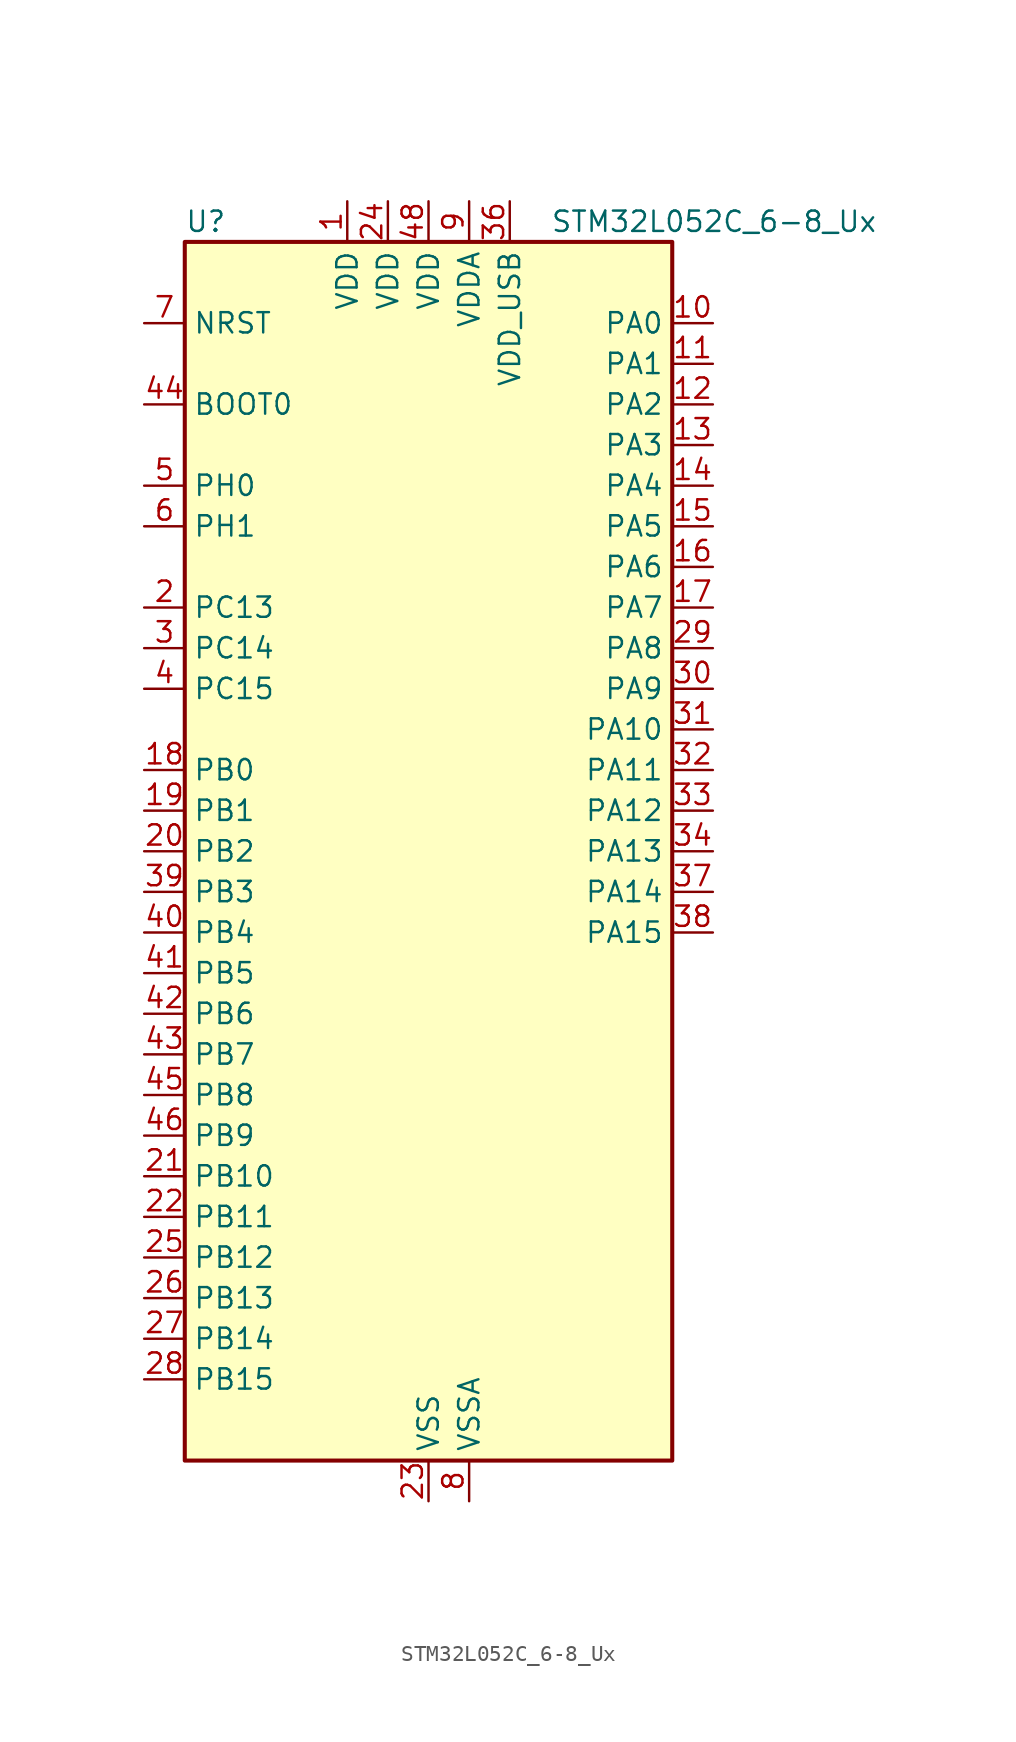
<source format=kicad_sym>
(kicad_symbol_lib
  (version 20241209)
  (generator "kicad_symbol_editor")
  (generator_version "9.0")
  (symbol "STM32L052C_6-8_Ux"
    (property "Reference" "U"
      (at -15.24 39.37 0)
      (effects (font (size 1.27 1.27)) (justify left)))
    (property "Value" "STM32L052C_6-8_Ux"
      (at 7.62 39.37 0)
      (effects (font (size 1.27 1.27)) (justify left)))
    (symbol "STM32L052C_6-8_Ux_0_1"
      (rectangle (start -15.24 -38.1) (end 15.24 38.1) (stroke (width 0.254) (type default)) (fill (type background))))
    (symbol "STM32L052C_6-8_Ux_1_1"
      (pin input line (at -17.78 33.02 0) (length 2.54) (name "NRST" (effects (font (size 1.27 1.27)))) (number "7" (effects (font (size 1.27 1.27)))))
      (pin input line (at -17.78 27.94 0) (length 2.54) (name "BOOT0" (effects (font (size 1.27 1.27)))) (number "44" (effects (font (size 1.27 1.27)))))
      (pin bidirectional line (at -17.78 22.86 0) (length 2.54) (name "PH0" (effects (font (size 1.27 1.27)))) (number "5" (effects (font (size 1.27 1.27)))) (alternate "CRS_SYNC" bidirectional line) (alternate "RCC_OSC_IN" bidirectional line))
      (pin bidirectional line (at -17.78 20.32 0) (length 2.54) (name "PH1" (effects (font (size 1.27 1.27)))) (number "6" (effects (font (size 1.27 1.27)))) (alternate "RCC_OSC_OUT" bidirectional line))
      (pin bidirectional line (at -17.78 15.24 0) (length 2.54) (name "PC13" (effects (font (size 1.27 1.27)))) (number "2" (effects (font (size 1.27 1.27)))) (alternate "RTC_OUT_ALARM" bidirectional line) (alternate "RTC_OUT_CALIB" bidirectional line) (alternate "RTC_TAMP1" bidirectional line) (alternate "RTC_TS" bidirectional line) (alternate "SYS_WKUP2" bidirectional line))
      (pin bidirectional line (at -17.78 12.7 0) (length 2.54) (name "PC14" (effects (font (size 1.27 1.27)))) (number "3" (effects (font (size 1.27 1.27)))) (alternate "RCC_OSC32_IN" bidirectional line))
      (pin bidirectional line (at -17.78 10.16 0) (length 2.54) (name "PC15" (effects (font (size 1.27 1.27)))) (number "4" (effects (font (size 1.27 1.27)))) (alternate "RCC_OSC32_OUT" bidirectional line))
      (pin bidirectional line (at -17.78 5.08 0) (length 2.54) (name "PB0" (effects (font (size 1.27 1.27)))) (number "18" (effects (font (size 1.27 1.27)))) (alternate "ADC_IN8" bidirectional line) (alternate "SYS_VREF_OUT_PB0" bidirectional line) (alternate "TSC_G3_IO2" bidirectional line))
      (pin bidirectional line (at -17.78 2.54 0) (length 2.54) (name "PB1" (effects (font (size 1.27 1.27)))) (number "19" (effects (font (size 1.27 1.27)))) (alternate "ADC_IN9" bidirectional line) (alternate "LPUART1_DE" bidirectional line) (alternate "LPUART1_RTS" bidirectional line) (alternate "SYS_VREF_OUT_PB1" bidirectional line) (alternate "TSC_G3_IO3" bidirectional line))
      (pin bidirectional line (at -17.78 0 0) (length 2.54) (name "PB2" (effects (font (size 1.27 1.27)))) (number "20" (effects (font (size 1.27 1.27)))) (alternate "LPTIM1_OUT" bidirectional line) (alternate "TSC_G3_IO4" bidirectional line))
      (pin bidirectional line (at -17.78 -2.54 0) (length 2.54) (name "PB3" (effects (font (size 1.27 1.27)))) (number "39" (effects (font (size 1.27 1.27)))) (alternate "COMP2_INM" bidirectional line) (alternate "SPI1_SCK" bidirectional line) (alternate "TIM2_CH2" bidirectional line) (alternate "TSC_G5_IO1" bidirectional line))
      (pin bidirectional line (at -17.78 -5.08 0) (length 2.54) (name "PB4" (effects (font (size 1.27 1.27)))) (number "40" (effects (font (size 1.27 1.27)))) (alternate "COMP2_INP" bidirectional line) (alternate "SPI1_MISO" bidirectional line) (alternate "TIM22_CH1" bidirectional line) (alternate "TSC_G5_IO2" bidirectional line))
      (pin bidirectional line (at -17.78 -7.62 0) (length 2.54) (name "PB5" (effects (font (size 1.27 1.27)))) (number "41" (effects (font (size 1.27 1.27)))) (alternate "COMP2_INP" bidirectional line) (alternate "I2C1_SMBA" bidirectional line) (alternate "LPTIM1_IN1" bidirectional line) (alternate "SPI1_MOSI" bidirectional line) (alternate "TIM22_CH2" bidirectional line))
      (pin bidirectional line (at -17.78 -10.16 0) (length 2.54) (name "PB6" (effects (font (size 1.27 1.27)))) (number "42" (effects (font (size 1.27 1.27)))) (alternate "COMP2_INP" bidirectional line) (alternate "I2C1_SCL" bidirectional line) (alternate "LPTIM1_ETR" bidirectional line) (alternate "TSC_G5_IO3" bidirectional line) (alternate "USART1_TX" bidirectional line))
      (pin bidirectional line (at -17.78 -12.7 0) (length 2.54) (name "PB7" (effects (font (size 1.27 1.27)))) (number "43" (effects (font (size 1.27 1.27)))) (alternate "COMP2_INP" bidirectional line) (alternate "I2C1_SDA" bidirectional line) (alternate "LPTIM1_IN2" bidirectional line) (alternate "SYS_PVD_IN" bidirectional line) (alternate "TSC_G5_IO4" bidirectional line) (alternate "USART1_RX" bidirectional line))
      (pin bidirectional line (at -17.78 -15.24 0) (length 2.54) (name "PB8" (effects (font (size 1.27 1.27)))) (number "45" (effects (font (size 1.27 1.27)))) (alternate "I2C1_SCL" bidirectional line) (alternate "TSC_SYNC" bidirectional line))
      (pin bidirectional line (at -17.78 -17.78 0) (length 2.54) (name "PB9" (effects (font (size 1.27 1.27)))) (number "46" (effects (font (size 1.27 1.27)))) (alternate "DAC_EXTI9" bidirectional line) (alternate "I2C1_SDA" bidirectional line) (alternate "I2S2_WS" bidirectional line) (alternate "SPI2_NSS" bidirectional line))
      (pin bidirectional line (at -17.78 -20.32 0) (length 2.54) (name "PB10" (effects (font (size 1.27 1.27)))) (number "21" (effects (font (size 1.27 1.27)))) (alternate "I2C2_SCL" bidirectional line) (alternate "LPUART1_TX" bidirectional line) (alternate "SPI2_SCK" bidirectional line) (alternate "TIM2_CH3" bidirectional line) (alternate "TSC_SYNC" bidirectional line))
      (pin bidirectional line (at -17.78 -22.86 0) (length 2.54) (name "PB11" (effects (font (size 1.27 1.27)))) (number "22" (effects (font (size 1.27 1.27)))) (alternate "ADC_EXTI11" bidirectional line) (alternate "I2C2_SDA" bidirectional line) (alternate "LPUART1_RX" bidirectional line) (alternate "TIM2_CH4" bidirectional line) (alternate "TSC_G6_IO1" bidirectional line))
      (pin bidirectional line (at -17.78 -25.4 0) (length 2.54) (name "PB12" (effects (font (size 1.27 1.27)))) (number "25" (effects (font (size 1.27 1.27)))) (alternate "I2S2_WS" bidirectional line) (alternate "LPUART1_DE" bidirectional line) (alternate "LPUART1_RTS" bidirectional line) (alternate "SPI2_NSS" bidirectional line) (alternate "TSC_G6_IO2" bidirectional line))
      (pin bidirectional line (at -17.78 -27.94 0) (length 2.54) (name "PB13" (effects (font (size 1.27 1.27)))) (number "26" (effects (font (size 1.27 1.27)))) (alternate "I2C2_SCL" bidirectional line) (alternate "I2S2_CK" bidirectional line) (alternate "LPUART1_CTS" bidirectional line) (alternate "SPI2_SCK" bidirectional line) (alternate "TIM21_CH1" bidirectional line) (alternate "TSC_G6_IO3" bidirectional line))
      (pin bidirectional line (at -17.78 -30.48 0) (length 2.54) (name "PB14" (effects (font (size 1.27 1.27)))) (number "27" (effects (font (size 1.27 1.27)))) (alternate "I2C2_SDA" bidirectional line) (alternate "I2S2_MCK" bidirectional line) (alternate "LPUART1_DE" bidirectional line) (alternate "LPUART1_RTS" bidirectional line) (alternate "RTC_OUT_ALARM" bidirectional line) (alternate "RTC_OUT_CALIB" bidirectional line) (alternate "SPI2_MISO" bidirectional line) (alternate "TIM21_CH2" bidirectional line) (alternate "TSC_G6_IO4" bidirectional line))
      (pin bidirectional line (at -17.78 -33.02 0) (length 2.54) (name "PB15" (effects (font (size 1.27 1.27)))) (number "28" (effects (font (size 1.27 1.27)))) (alternate "I2S2_SD" bidirectional line) (alternate "RTC_REFIN" bidirectional line) (alternate "SPI2_MOSI" bidirectional line))
      (pin power_in line (at -5.08 40.64 270) (length 2.54) (name "VDD" (effects (font (size 1.27 1.27)))) (number "1" (effects (font (size 1.27 1.27)))))
      (pin power_in line (at -2.54 40.64 270) (length 2.54) (name "VDD" (effects (font (size 1.27 1.27)))) (number "24" (effects (font (size 1.27 1.27)))))
      (pin power_in line (at 0 40.64 270) (length 2.54) (name "VDD" (effects (font (size 1.27 1.27)))) (number "48" (effects (font (size 1.27 1.27)))))
      (pin power_in line (at 0 -40.64 90) (length 2.54) (name "VSS" (effects (font (size 1.27 1.27)))) (number "23" (effects (font (size 1.27 1.27)))))
      (pin passive line (at 0 -40.64 90) (length 2.54) (hide yes) (name "VSS" (effects (font (size 1.27 1.27)))) (number "35" (effects (font (size 1.27 1.27)))))
      (pin passive line (at 0 -40.64 90) (length 2.54) (hide yes) (name "VSS" (effects (font (size 1.27 1.27)))) (number "47" (effects (font (size 1.27 1.27)))))
      (pin passive line (at 0 -40.64 90) (length 2.54) (hide yes) (name "VSS" (effects (font (size 1.27 1.27)))) (number "49" (effects (font (size 1.27 1.27)))))
      (pin power_in line (at 2.54 40.64 270) (length 2.54) (name "VDDA" (effects (font (size 1.27 1.27)))) (number "9" (effects (font (size 1.27 1.27)))))
      (pin power_in line (at 2.54 -40.64 90) (length 2.54) (name "VSSA" (effects (font (size 1.27 1.27)))) (number "8" (effects (font (size 1.27 1.27)))))
      (pin power_in line (at 5.08 40.64 270) (length 2.54) (name "VDD_USB" (effects (font (size 1.27 1.27)))) (number "36" (effects (font (size 1.27 1.27)))))
      (pin bidirectional line (at 17.78 33.02 180) (length 2.54) (name "PA0" (effects (font (size 1.27 1.27)))) (number "10" (effects (font (size 1.27 1.27)))) (alternate "ADC_IN0" bidirectional line) (alternate "COMP1_INM" bidirectional line) (alternate "COMP1_OUT" bidirectional line) (alternate "RTC_TAMP2" bidirectional line) (alternate "SYS_WKUP1" bidirectional line) (alternate "TIM2_CH1" bidirectional line) (alternate "TIM2_ETR" bidirectional line) (alternate "TSC_G1_IO1" bidirectional line) (alternate "USART2_CTS" bidirectional line))
      (pin bidirectional line (at 17.78 30.48 180) (length 2.54) (name "PA1" (effects (font (size 1.27 1.27)))) (number "11" (effects (font (size 1.27 1.27)))) (alternate "ADC_IN1" bidirectional line) (alternate "COMP1_INP" bidirectional line) (alternate "TIM21_ETR" bidirectional line) (alternate "TIM2_CH2" bidirectional line) (alternate "TSC_G1_IO2" bidirectional line) (alternate "USART2_DE" bidirectional line) (alternate "USART2_RTS" bidirectional line))
      (pin bidirectional line (at 17.78 27.94 180) (length 2.54) (name "PA2" (effects (font (size 1.27 1.27)))) (number "12" (effects (font (size 1.27 1.27)))) (alternate "ADC_IN2" bidirectional line) (alternate "COMP2_INM" bidirectional line) (alternate "COMP2_OUT" bidirectional line) (alternate "TIM21_CH1" bidirectional line) (alternate "TIM2_CH3" bidirectional line) (alternate "TSC_G1_IO3" bidirectional line) (alternate "USART2_TX" bidirectional line))
      (pin bidirectional line (at 17.78 25.4 180) (length 2.54) (name "PA3" (effects (font (size 1.27 1.27)))) (number "13" (effects (font (size 1.27 1.27)))) (alternate "ADC_IN3" bidirectional line) (alternate "COMP2_INP" bidirectional line) (alternate "TIM21_CH2" bidirectional line) (alternate "TIM2_CH4" bidirectional line) (alternate "TSC_G1_IO4" bidirectional line) (alternate "USART2_RX" bidirectional line))
      (pin bidirectional line (at 17.78 22.86 180) (length 2.54) (name "PA4" (effects (font (size 1.27 1.27)))) (number "14" (effects (font (size 1.27 1.27)))) (alternate "ADC_IN4" bidirectional line) (alternate "COMP1_INM" bidirectional line) (alternate "COMP2_INM" bidirectional line) (alternate "DAC_OUT1" bidirectional line) (alternate "SPI1_NSS" bidirectional line) (alternate "TIM22_ETR" bidirectional line) (alternate "TSC_G2_IO1" bidirectional line) (alternate "USART2_CK" bidirectional line))
      (pin bidirectional line (at 17.78 20.32 180) (length 2.54) (name "PA5" (effects (font (size 1.27 1.27)))) (number "15" (effects (font (size 1.27 1.27)))) (alternate "ADC_IN5" bidirectional line) (alternate "COMP1_INM" bidirectional line) (alternate "COMP2_INM" bidirectional line) (alternate "SPI1_SCK" bidirectional line) (alternate "TIM2_CH1" bidirectional line) (alternate "TIM2_ETR" bidirectional line) (alternate "TSC_G2_IO2" bidirectional line))
      (pin bidirectional line (at 17.78 17.78 180) (length 2.54) (name "PA6" (effects (font (size 1.27 1.27)))) (number "16" (effects (font (size 1.27 1.27)))) (alternate "ADC_IN6" bidirectional line) (alternate "COMP1_OUT" bidirectional line) (alternate "LPUART1_CTS" bidirectional line) (alternate "SPI1_MISO" bidirectional line) (alternate "TIM22_CH1" bidirectional line) (alternate "TSC_G2_IO3" bidirectional line))
      (pin bidirectional line (at 17.78 15.24 180) (length 2.54) (name "PA7" (effects (font (size 1.27 1.27)))) (number "17" (effects (font (size 1.27 1.27)))) (alternate "ADC_IN7" bidirectional line) (alternate "COMP2_OUT" bidirectional line) (alternate "SPI1_MOSI" bidirectional line) (alternate "TIM22_CH2" bidirectional line) (alternate "TSC_G2_IO4" bidirectional line))
      (pin bidirectional line (at 17.78 12.7 180) (length 2.54) (name "PA8" (effects (font (size 1.27 1.27)))) (number "29" (effects (font (size 1.27 1.27)))) (alternate "CRS_SYNC" bidirectional line) (alternate "RCC_MCO" bidirectional line) (alternate "USART1_CK" bidirectional line))
      (pin bidirectional line (at 17.78 10.16 180) (length 2.54) (name "PA9" (effects (font (size 1.27 1.27)))) (number "30" (effects (font (size 1.27 1.27)))) (alternate "DAC_EXTI9" bidirectional line) (alternate "RCC_MCO" bidirectional line) (alternate "TSC_G4_IO1" bidirectional line) (alternate "USART1_TX" bidirectional line))
      (pin bidirectional line (at 17.78 7.62 180) (length 2.54) (name "PA10" (effects (font (size 1.27 1.27)))) (number "31" (effects (font (size 1.27 1.27)))) (alternate "TSC_G4_IO2" bidirectional line) (alternate "USART1_RX" bidirectional line))
      (pin bidirectional line (at 17.78 5.08 180) (length 2.54) (name "PA11" (effects (font (size 1.27 1.27)))) (number "32" (effects (font (size 1.27 1.27)))) (alternate "ADC_EXTI11" bidirectional line) (alternate "COMP1_OUT" bidirectional line) (alternate "SPI1_MISO" bidirectional line) (alternate "TSC_G4_IO3" bidirectional line) (alternate "USART1_CTS" bidirectional line) (alternate "USB_DM" bidirectional line))
      (pin bidirectional line (at 17.78 2.54 180) (length 2.54) (name "PA12" (effects (font (size 1.27 1.27)))) (number "33" (effects (font (size 1.27 1.27)))) (alternate "COMP2_OUT" bidirectional line) (alternate "SPI1_MOSI" bidirectional line) (alternate "TSC_G4_IO4" bidirectional line) (alternate "USART1_DE" bidirectional line) (alternate "USART1_RTS" bidirectional line) (alternate "USB_DP" bidirectional line))
      (pin bidirectional line (at 17.78 0 180) (length 2.54) (name "PA13" (effects (font (size 1.27 1.27)))) (number "34" (effects (font (size 1.27 1.27)))) (alternate "SYS_SWDIO" bidirectional line) (alternate "USB_NOE" bidirectional line))
      (pin bidirectional line (at 17.78 -2.54 180) (length 2.54) (name "PA14" (effects (font (size 1.27 1.27)))) (number "37" (effects (font (size 1.27 1.27)))) (alternate "SYS_SWCLK" bidirectional line) (alternate "USART2_TX" bidirectional line))
      (pin bidirectional line (at 17.78 -5.08 180) (length 2.54) (name "PA15" (effects (font (size 1.27 1.27)))) (number "38" (effects (font (size 1.27 1.27)))) (alternate "SPI1_NSS" bidirectional line) (alternate "TIM2_CH1" bidirectional line) (alternate "TIM2_ETR" bidirectional line) (alternate "USART2_RX" bidirectional line)))))
</source>
